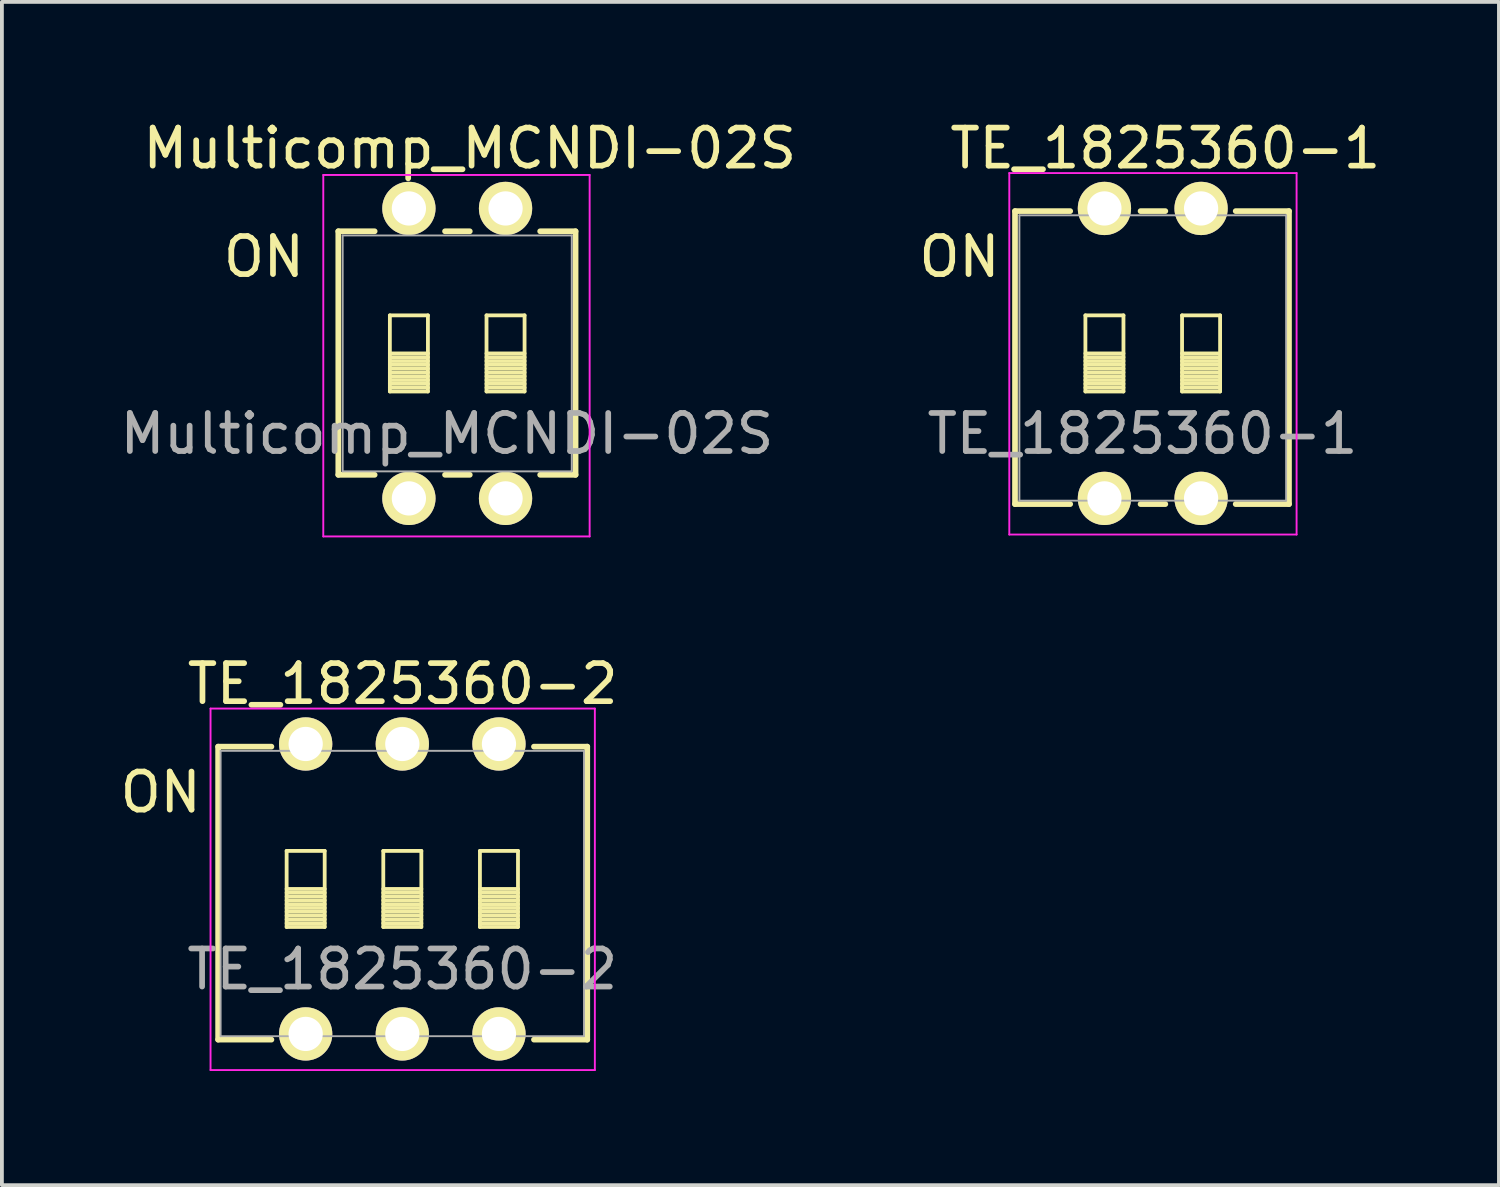
<source format=kicad_pcb>
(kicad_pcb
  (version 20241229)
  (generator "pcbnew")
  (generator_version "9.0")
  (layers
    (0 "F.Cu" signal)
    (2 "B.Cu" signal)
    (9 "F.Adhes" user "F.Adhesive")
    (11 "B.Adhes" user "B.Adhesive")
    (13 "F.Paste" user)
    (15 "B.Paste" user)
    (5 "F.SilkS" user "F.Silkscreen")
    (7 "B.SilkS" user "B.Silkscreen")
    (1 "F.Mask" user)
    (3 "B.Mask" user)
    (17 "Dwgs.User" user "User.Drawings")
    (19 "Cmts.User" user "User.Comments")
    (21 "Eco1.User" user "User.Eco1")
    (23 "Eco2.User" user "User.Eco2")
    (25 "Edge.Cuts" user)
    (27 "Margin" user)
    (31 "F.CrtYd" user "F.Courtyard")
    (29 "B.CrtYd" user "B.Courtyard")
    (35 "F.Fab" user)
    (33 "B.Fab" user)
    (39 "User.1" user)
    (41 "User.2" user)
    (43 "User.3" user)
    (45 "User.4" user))
  (footprint "TE_1825360-1"
    (layer "F.Cu")
    (at 25.975 10.048)
    (property "Reference" "TE_1825360-1" (at 1 -1.7 0) (layer "F.Fab") (effects (font (size 1 1) (thickness 0.15))))
    (attr through_hole)
    (fp_line (start -2.35 -7.55) (end -0.9 -7.55) (stroke (width 0.15) (type solid)) (layer "F.SilkS"))
    (fp_line (start -2.35 0.15) (end -2.35 -7.55) (stroke (width 0.15) (type solid)) (layer "F.SilkS"))
    (fp_line (start -0.9 0.15) (end -2.35 0.15) (stroke (width 0.15) (type solid)) (layer "F.SilkS"))
    (fp_line (start -0.5 -4.81) (end -0.5 -2.81) (stroke (width 0.1) (type solid)) (layer "F.SilkS"))
    (fp_line (start -0.5 -3.81) (end 0.5 -3.81) (stroke (width 0.1) (type solid)) (layer "F.SilkS"))
    (fp_line (start -0.5 -3.71) (end 0.5 -3.71) (stroke (width 0.1) (type solid)) (layer "F.SilkS"))
    (fp_line (start -0.5 -3.61) (end 0.5 -3.61) (stroke (width 0.1) (type solid)) (layer "F.SilkS"))
    (fp_line (start -0.5 -3.51) (end 0.5 -3.51) (stroke (width 0.1) (type solid)) (layer "F.SilkS"))
    (fp_line (start -0.5 -3.41) (end 0.5 -3.41) (stroke (width 0.1) (type solid)) (layer "F.SilkS"))
    (fp_line (start -0.5 -3.31) (end 0.5 -3.31) (stroke (width 0.1) (type solid)) (layer "F.SilkS"))
    (fp_line (start -0.5 -3.21) (end 0.5 -3.21) (stroke (width 0.1) (type solid)) (layer "F.SilkS"))
    (fp_line (start -0.5 -3.11) (end 0.5 -3.11) (stroke (width 0.1) (type solid)) (layer "F.SilkS"))
    (fp_line (start -0.5 -3.01) (end 0.5 -3.01) (stroke (width 0.1) (type solid)) (layer "F.SilkS"))
    (fp_line (start -0.5 -2.91) (end 0.5 -2.91) (stroke (width 0.1) (type solid)) (layer "F.SilkS"))
    (fp_line (start -0.5 -2.81) (end 0.5 -2.81) (stroke (width 0.1) (type solid)) (layer "F.SilkS"))
    (fp_line (start 0.5 -4.81) (end -0.5 -4.81) (stroke (width 0.1) (type solid)) (layer "F.SilkS"))
    (fp_line (start 0.5 -2.81) (end 0.5 -4.81) (stroke (width 0.1) (type solid)) (layer "F.SilkS"))
    (fp_line (start 0.95 -7.55) (end 1.6 -7.55) (stroke (width 0.15) (type solid)) (layer "F.SilkS"))
    (fp_line (start 1.6 0.15) (end 0.95 0.15) (stroke (width 0.15) (type solid)) (layer "F.SilkS"))
    (fp_line (start 2.04 -4.81) (end 2.04 -2.81) (stroke (width 0.1) (type solid)) (layer "F.SilkS"))
    (fp_line (start 2.04 -3.81) (end 3.04 -3.81) (stroke (width 0.1) (type solid)) (layer "F.SilkS"))
    (fp_line (start 2.04 -3.71) (end 3.04 -3.71) (stroke (width 0.1) (type solid)) (layer "F.SilkS"))
    (fp_line (start 2.04 -3.61) (end 3.04 -3.61) (stroke (width 0.1) (type solid)) (layer "F.SilkS"))
    (fp_line (start 2.04 -3.51) (end 3.04 -3.51) (stroke (width 0.1) (type solid)) (layer "F.SilkS"))
    (fp_line (start 2.04 -3.41) (end 3.04 -3.41) (stroke (width 0.1) (type solid)) (layer "F.SilkS"))
    (fp_line (start 2.04 -3.31) (end 3.04 -3.31) (stroke (width 0.1) (type solid)) (layer "F.SilkS"))
    (fp_line (start 2.04 -3.21) (end 3.04 -3.21) (stroke (width 0.1) (type solid)) (layer "F.SilkS"))
    (fp_line (start 2.04 -3.11) (end 3.04 -3.11) (stroke (width 0.1) (type solid)) (layer "F.SilkS"))
    (fp_line (start 2.04 -3.01) (end 3.04 -3.01) (stroke (width 0.1) (type solid)) (layer "F.SilkS"))
    (fp_line (start 2.04 -2.91) (end 3.04 -2.91) (stroke (width 0.1) (type solid)) (layer "F.SilkS"))
    (fp_line (start 2.04 -2.81) (end 3.04 -2.81) (stroke (width 0.1) (type solid)) (layer "F.SilkS"))
    (fp_line (start 3.04 -4.81) (end 2.04 -4.81) (stroke (width 0.1) (type solid)) (layer "F.SilkS"))
    (fp_line (start 3.04 -2.81) (end 3.04 -4.81) (stroke (width 0.1) (type solid)) (layer "F.SilkS"))
    (fp_line (start 4.85 -7.55) (end 3.45 -7.55) (stroke (width 0.15) (type solid)) (layer "F.SilkS"))
    (fp_line (start 4.85 -7.55) (end 4.85 0.15) (stroke (width 0.15) (type solid)) (layer "F.SilkS"))
    (fp_line (start 4.85 0.15) (end 3.45 0.15) (stroke (width 0.15) (type solid)) (layer "F.SilkS"))
    (fp_line (start -2.5 0.95) (end -2.5 -8.55) (stroke (width 0.05) (type solid)) (layer "F.CrtYd"))
    (fp_line (start 5.05 -8.55) (end -2.5 -8.55) (stroke (width 0.05) (type solid)) (layer "F.CrtYd"))
    (fp_line (start 5.05 -8.55) (end 5.05 0.95) (stroke (width 0.05) (type solid)) (layer "F.CrtYd"))
    (fp_line (start 5.05 0.95) (end -2.5 0.95) (stroke (width 0.05) (type solid)) (layer "F.CrtYd"))
    (fp_line (start -2.235 -7.44) (end 4.775 -7.44) (stroke (width 0.05) (type solid)) (layer "F.Fab"))
    (fp_line (start -2.235 0.06) (end -2.235 -7.44) (stroke (width 0.05) (type solid)) (layer "F.Fab"))
    (fp_line (start 4.775 -7.44) (end 4.775 0.06) (stroke (width 0.05) (type solid)) (layer "F.Fab"))
    (fp_line (start 4.775 0.06) (end -2.235 0.06) (stroke (width 0.05) (type solid)) (layer "F.Fab"))
    (fp_text user "ON" (at -3.81 -6.35 0) (layer "F.SilkS") (effects (font (size 1 1) (thickness 0.15))))
    (fp_text user "${REFERENCE}" (at 1.6 -9.2 0) (layer "F.SilkS") (effects (font (size 1 1) (thickness 0.15))))
    (pad "1" thru_hole circle (at 0 0) (size 1.4 1.4) (drill 0.9) (layers "*.Cu" "*.Mask" "F.SilkS" "B.Paste"))
    (pad "2" thru_hole circle (at 2.54 0) (size 1.4 1.4) (drill 0.9) (layers "*.Cu" "*.Mask" "F.SilkS" "B.Paste"))
    (pad "3" thru_hole circle (at 2.54 -7.62) (size 1.4 1.4) (drill 0.9) (layers "*.Cu" "*.Mask" "F.SilkS" "B.Paste"))
    (pad "4" thru_hole circle (at 0 -7.62) (size 1.4 1.4) (drill 0.9) (layers "*.Cu" "*.Mask" "F.SilkS" "B.Paste")))
  (footprint "TE_1825360-2"
    (layer "F.Cu")
    (at 4.983 24.122)
    (property "Reference" "TE_1825360-2" (at 2.54 -1.7 0) (layer "F.Fab") (effects (font (size 1 1) (thickness 0.15))))
    (attr through_hole)
    (fp_line (start -2.3 -7.55) (end -2.3 0.15) (stroke (width 0.15) (type solid)) (layer "F.SilkS"))
    (fp_line (start -2.3 0.15) (end -0.9 0.15) (stroke (width 0.15) (type solid)) (layer "F.SilkS"))
    (fp_line (start -0.9 -7.55) (end -2.3 -7.55) (stroke (width 0.15) (type solid)) (layer "F.SilkS"))
    (fp_line (start -0.5 -4.81) (end -0.5 -2.81) (stroke (width 0.1) (type solid)) (layer "F.SilkS"))
    (fp_line (start -0.5 -3.81) (end 0.5 -3.81) (stroke (width 0.1) (type solid)) (layer "F.SilkS"))
    (fp_line (start -0.5 -3.71) (end 0.5 -3.71) (stroke (width 0.1) (type solid)) (layer "F.SilkS"))
    (fp_line (start -0.5 -3.61) (end 0.5 -3.61) (stroke (width 0.1) (type solid)) (layer "F.SilkS"))
    (fp_line (start -0.5 -3.51) (end 0.5 -3.51) (stroke (width 0.1) (type solid)) (layer "F.SilkS"))
    (fp_line (start -0.5 -3.41) (end 0.5 -3.41) (stroke (width 0.1) (type solid)) (layer "F.SilkS"))
    (fp_line (start -0.5 -3.31) (end 0.5 -3.31) (stroke (width 0.1) (type solid)) (layer "F.SilkS"))
    (fp_line (start -0.5 -3.21) (end 0.5 -3.21) (stroke (width 0.1) (type solid)) (layer "F.SilkS"))
    (fp_line (start -0.5 -3.11) (end 0.5 -3.11) (stroke (width 0.1) (type solid)) (layer "F.SilkS"))
    (fp_line (start -0.5 -3.01) (end 0.5 -3.01) (stroke (width 0.1) (type solid)) (layer "F.SilkS"))
    (fp_line (start -0.5 -2.91) (end 0.5 -2.91) (stroke (width 0.1) (type solid)) (layer "F.SilkS"))
    (fp_line (start -0.5 -2.81) (end 0.5 -2.81) (stroke (width 0.1) (type solid)) (layer "F.SilkS"))
    (fp_line (start 0.5 -4.81) (end -0.5 -4.81) (stroke (width 0.1) (type solid)) (layer "F.SilkS"))
    (fp_line (start 0.5 -2.81) (end 0.5 -4.81) (stroke (width 0.1) (type solid)) (layer "F.SilkS"))
    (fp_line (start 2.04 -4.81) (end 2.04 -2.81) (stroke (width 0.1) (type solid)) (layer "F.SilkS"))
    (fp_line (start 2.04 -3.81) (end 3.04 -3.81) (stroke (width 0.1) (type solid)) (layer "F.SilkS"))
    (fp_line (start 2.04 -3.71) (end 3.04 -3.71) (stroke (width 0.1) (type solid)) (layer "F.SilkS"))
    (fp_line (start 2.04 -3.61) (end 3.04 -3.61) (stroke (width 0.1) (type solid)) (layer "F.SilkS"))
    (fp_line (start 2.04 -3.51) (end 3.04 -3.51) (stroke (width 0.1) (type solid)) (layer "F.SilkS"))
    (fp_line (start 2.04 -3.41) (end 3.04 -3.41) (stroke (width 0.1) (type solid)) (layer "F.SilkS"))
    (fp_line (start 2.04 -3.31) (end 3.04 -3.31) (stroke (width 0.1) (type solid)) (layer "F.SilkS"))
    (fp_line (start 2.04 -3.21) (end 3.04 -3.21) (stroke (width 0.1) (type solid)) (layer "F.SilkS"))
    (fp_line (start 2.04 -3.11) (end 3.04 -3.11) (stroke (width 0.1) (type solid)) (layer "F.SilkS"))
    (fp_line (start 2.04 -3.01) (end 3.04 -3.01) (stroke (width 0.1) (type solid)) (layer "F.SilkS"))
    (fp_line (start 2.04 -2.91) (end 3.04 -2.91) (stroke (width 0.1) (type solid)) (layer "F.SilkS"))
    (fp_line (start 2.04 -2.81) (end 3.04 -2.81) (stroke (width 0.1) (type solid)) (layer "F.SilkS"))
    (fp_line (start 3.04 -4.81) (end 2.04 -4.81) (stroke (width 0.1) (type solid)) (layer "F.SilkS"))
    (fp_line (start 3.04 -2.81) (end 3.04 -4.81) (stroke (width 0.1) (type solid)) (layer "F.SilkS"))
    (fp_line (start 4.58 -4.81) (end 4.58 -2.81) (stroke (width 0.1) (type solid)) (layer "F.SilkS"))
    (fp_line (start 4.58 -3.81) (end 5.58 -3.81) (stroke (width 0.1) (type solid)) (layer "F.SilkS"))
    (fp_line (start 4.58 -3.71) (end 5.58 -3.71) (stroke (width 0.1) (type solid)) (layer "F.SilkS"))
    (fp_line (start 4.58 -3.61) (end 5.58 -3.61) (stroke (width 0.1) (type solid)) (layer "F.SilkS"))
    (fp_line (start 4.58 -3.51) (end 5.58 -3.51) (stroke (width 0.1) (type solid)) (layer "F.SilkS"))
    (fp_line (start 4.58 -3.41) (end 5.58 -3.41) (stroke (width 0.1) (type solid)) (layer "F.SilkS"))
    (fp_line (start 4.58 -3.31) (end 5.58 -3.31) (stroke (width 0.1) (type solid)) (layer "F.SilkS"))
    (fp_line (start 4.58 -3.21) (end 5.58 -3.21) (stroke (width 0.1) (type solid)) (layer "F.SilkS"))
    (fp_line (start 4.58 -3.11) (end 5.58 -3.11) (stroke (width 0.1) (type solid)) (layer "F.SilkS"))
    (fp_line (start 4.58 -3.01) (end 5.58 -3.01) (stroke (width 0.1) (type solid)) (layer "F.SilkS"))
    (fp_line (start 4.58 -2.91) (end 5.58 -2.91) (stroke (width 0.1) (type solid)) (layer "F.SilkS"))
    (fp_line (start 4.58 -2.81) (end 5.58 -2.81) (stroke (width 0.1) (type solid)) (layer "F.SilkS"))
    (fp_line (start 5.58 -4.81) (end 4.58 -4.81) (stroke (width 0.1) (type solid)) (layer "F.SilkS"))
    (fp_line (start 5.58 -2.81) (end 5.58 -4.81) (stroke (width 0.1) (type solid)) (layer "F.SilkS"))
    (fp_line (start 6 -7.55) (end 7.4 -7.55) (stroke (width 0.15) (type solid)) (layer "F.SilkS"))
    (fp_line (start 7.4 -7.55) (end 7.4 0.15) (stroke (width 0.15) (type solid)) (layer "F.SilkS"))
    (fp_line (start 7.4 0.15) (end 6 0.15) (stroke (width 0.15) (type solid)) (layer "F.SilkS"))
    (fp_line (start -2.5 0.95) (end -2.5 -8.55) (stroke (width 0.05) (type solid)) (layer "F.CrtYd"))
    (fp_line (start 7.6 -8.55) (end -2.5 -8.55) (stroke (width 0.05) (type solid)) (layer "F.CrtYd"))
    (fp_line (start 7.6 -8.55) (end 7.6 0.95) (stroke (width 0.05) (type solid)) (layer "F.CrtYd"))
    (fp_line (start 7.6 0.95) (end -2.5 0.95) (stroke (width 0.05) (type solid)) (layer "F.CrtYd"))
    (fp_line (start -2.235 -7.44) (end 7.315 -7.44) (stroke (width 0.05) (type solid)) (layer "F.Fab"))
    (fp_line (start -2.235 0.06) (end -2.235 -7.44) (stroke (width 0.05) (type solid)) (layer "F.Fab"))
    (fp_line (start 7.315 -7.44) (end 7.315 0.06) (stroke (width 0.05) (type solid)) (layer "F.Fab"))
    (fp_line (start 7.315 0.06) (end -2.235 0.06) (stroke (width 0.05) (type solid)) (layer "F.Fab"))
    (fp_text user "${REFERENCE}" (at 2.55 -9.2 0) (layer "F.SilkS") (effects (font (size 1 1) (thickness 0.15))))
    (fp_text user "ON" (at -3.81 -6.35 0) (layer "F.SilkS") (effects (font (size 1 1) (thickness 0.15))))
    (pad "1" thru_hole circle (at 0 0) (size 1.4 1.4) (drill 0.9) (layers "*.Cu" "*.Mask" "F.SilkS" "B.Paste"))
    (pad "2" thru_hole circle (at 2.54 0) (size 1.4 1.4) (drill 0.9) (layers "*.Cu" "*.Mask" "F.SilkS" "B.Paste"))
    (pad "3" thru_hole circle (at 5.08 0) (size 1.4 1.4) (drill 0.9) (layers "*.Cu" "*.Mask" "F.SilkS" "B.Paste"))
    (pad "4" thru_hole circle (at 5.08 -7.62) (size 1.4 1.4) (drill 0.9) (layers "*.Cu" "*.Mask" "F.SilkS" "B.Paste"))
    (pad "5" thru_hole circle (at 2.54 -7.62) (size 1.4 1.4) (drill 0.9) (layers "*.Cu" "*.Mask" "F.SilkS" "B.Paste"))
    (pad "6" thru_hole circle (at 0 -7.62) (size 1.4 1.4) (drill 0.9) (layers "*.Cu" "*.Mask" "F.SilkS" "B.Paste")))
  (footprint "Multicomp_MCNDI-02S"
    (layer "F.Cu")
    (at 7.696 10.048)
    (property "Reference" "Multicomp_MCNDI-02S" (at 1 -1.7 0) (layer "F.Fab") (effects (font (size 1 1) (thickness 0.15))))
    (attr through_hole)
    (fp_line (start -1.855 -7.02) (end -0.9 -7.02) (stroke (width 0.15) (type solid)) (layer "F.SilkS"))
    (fp_line (start -1.855 -0.62) (end -1.855 -7.02) (stroke (width 0.15) (type solid)) (layer "F.SilkS"))
    (fp_line (start -0.9 -0.62) (end -1.855 -0.62) (stroke (width 0.15) (type solid)) (layer "F.SilkS"))
    (fp_line (start -0.5 -4.81) (end -0.5 -2.81) (stroke (width 0.1) (type solid)) (layer "F.SilkS"))
    (fp_line (start -0.5 -3.81) (end 0.5 -3.81) (stroke (width 0.1) (type solid)) (layer "F.SilkS"))
    (fp_line (start -0.5 -3.71) (end 0.5 -3.71) (stroke (width 0.1) (type solid)) (layer "F.SilkS"))
    (fp_line (start -0.5 -3.61) (end 0.5 -3.61) (stroke (width 0.1) (type solid)) (layer "F.SilkS"))
    (fp_line (start -0.5 -3.51) (end 0.5 -3.51) (stroke (width 0.1) (type solid)) (layer "F.SilkS"))
    (fp_line (start -0.5 -3.41) (end 0.5 -3.41) (stroke (width 0.1) (type solid)) (layer "F.SilkS"))
    (fp_line (start -0.5 -3.31) (end 0.5 -3.31) (stroke (width 0.1) (type solid)) (layer "F.SilkS"))
    (fp_line (start -0.5 -3.21) (end 0.5 -3.21) (stroke (width 0.1) (type solid)) (layer "F.SilkS"))
    (fp_line (start -0.5 -3.11) (end 0.5 -3.11) (stroke (width 0.1) (type solid)) (layer "F.SilkS"))
    (fp_line (start -0.5 -3.01) (end 0.5 -3.01) (stroke (width 0.1) (type solid)) (layer "F.SilkS"))
    (fp_line (start -0.5 -2.91) (end 0.5 -2.91) (stroke (width 0.1) (type solid)) (layer "F.SilkS"))
    (fp_line (start -0.5 -2.81) (end 0.5 -2.81) (stroke (width 0.1) (type solid)) (layer "F.SilkS"))
    (fp_line (start 0.5 -4.81) (end -0.5 -4.81) (stroke (width 0.1) (type solid)) (layer "F.SilkS"))
    (fp_line (start 0.5 -2.81) (end 0.5 -4.81) (stroke (width 0.1) (type solid)) (layer "F.SilkS"))
    (fp_line (start 0.95 -7.02) (end 1.6 -7.02) (stroke (width 0.15) (type solid)) (layer "F.SilkS"))
    (fp_line (start 1.6 -0.62) (end 0.95 -0.62) (stroke (width 0.15) (type solid)) (layer "F.SilkS"))
    (fp_line (start 2.04 -4.81) (end 2.04 -2.81) (stroke (width 0.1) (type solid)) (layer "F.SilkS"))
    (fp_line (start 2.04 -3.81) (end 3.04 -3.81) (stroke (width 0.1) (type solid)) (layer "F.SilkS"))
    (fp_line (start 2.04 -3.71) (end 3.04 -3.71) (stroke (width 0.1) (type solid)) (layer "F.SilkS"))
    (fp_line (start 2.04 -3.61) (end 3.04 -3.61) (stroke (width 0.1) (type solid)) (layer "F.SilkS"))
    (fp_line (start 2.04 -3.51) (end 3.04 -3.51) (stroke (width 0.1) (type solid)) (layer "F.SilkS"))
    (fp_line (start 2.04 -3.41) (end 3.04 -3.41) (stroke (width 0.1) (type solid)) (layer "F.SilkS"))
    (fp_line (start 2.04 -3.31) (end 3.04 -3.31) (stroke (width 0.1) (type solid)) (layer "F.SilkS"))
    (fp_line (start 2.04 -3.21) (end 3.04 -3.21) (stroke (width 0.1) (type solid)) (layer "F.SilkS"))
    (fp_line (start 2.04 -3.11) (end 3.04 -3.11) (stroke (width 0.1) (type solid)) (layer "F.SilkS"))
    (fp_line (start 2.04 -3.01) (end 3.04 -3.01) (stroke (width 0.1) (type solid)) (layer "F.SilkS"))
    (fp_line (start 2.04 -2.91) (end 3.04 -2.91) (stroke (width 0.1) (type solid)) (layer "F.SilkS"))
    (fp_line (start 2.04 -2.81) (end 3.04 -2.81) (stroke (width 0.1) (type solid)) (layer "F.SilkS"))
    (fp_line (start 3.04 -4.81) (end 2.04 -4.81) (stroke (width 0.1) (type solid)) (layer "F.SilkS"))
    (fp_line (start 3.04 -2.81) (end 3.04 -4.81) (stroke (width 0.1) (type solid)) (layer "F.SilkS"))
    (fp_line (start 4.38 -7.02) (end 3.45 -7.02) (stroke (width 0.15) (type solid)) (layer "F.SilkS"))
    (fp_line (start 4.38 -7.02) (end 4.38 -0.62) (stroke (width 0.15) (type solid)) (layer "F.SilkS"))
    (fp_line (start 4.38 -0.62) (end 3.45 -0.62) (stroke (width 0.15) (type solid)) (layer "F.SilkS"))
    (fp_line (start -2.25 1) (end -2.25 -8.5) (stroke (width 0.05) (type solid)) (layer "F.CrtYd"))
    (fp_line (start 4.75 -8.5) (end -2.25 -8.5) (stroke (width 0.05) (type solid)) (layer "F.CrtYd"))
    (fp_line (start 4.75 -8.5) (end 4.75 1) (stroke (width 0.05) (type solid)) (layer "F.CrtYd"))
    (fp_line (start 4.75 1) (end -2.25 1) (stroke (width 0.05) (type solid)) (layer "F.CrtYd"))
    (fp_line (start -1.74 -6.91) (end 4.28 -6.91) (stroke (width 0.05) (type solid)) (layer "F.Fab"))
    (fp_line (start -1.74 -0.71) (end -1.74 -6.91) (stroke (width 0.05) (type solid)) (layer "F.Fab"))
    (fp_line (start 4.28 -6.91) (end 4.28 -0.71) (stroke (width 0.05) (type solid)) (layer "F.Fab"))
    (fp_line (start 4.28 -0.71) (end -1.74 -0.71) (stroke (width 0.05) (type solid)) (layer "F.Fab"))
    (fp_text user "ON" (at -3.81 -6.35 0) (layer "F.SilkS") (effects (font (size 1 1) (thickness 0.15))))
    (fp_text user "${REFERENCE}" (at 1.6 -9.2 0) (layer "F.SilkS") (effects (font (size 1 1) (thickness 0.15))))
    (pad "1" thru_hole circle (at 0 0) (size 1.4 1.4) (drill 0.9) (layers "*.Cu" "*.Mask" "F.SilkS" "B.Paste"))
    (pad "2" thru_hole circle (at 2.54 0) (size 1.4 1.4) (drill 0.9) (layers "*.Cu" "*.Mask" "F.SilkS" "B.Paste"))
    (pad "3" thru_hole circle (at 2.54 -7.62) (size 1.4 1.4) (drill 0.9) (layers "*.Cu" "*.Mask" "F.SilkS" "B.Paste"))
    (pad "4" thru_hole circle (at 0 -7.62) (size 1.4 1.4) (drill 0.9) (layers "*.Cu" "*.Mask" "F.SilkS" "B.Paste")))
  (gr_rect
    (start -3 -3)
    (end 36.343 28.096)
    (stroke (width 0.1) (type default))
    (fill no)
    (layer "Edge.Cuts")))
</source>
